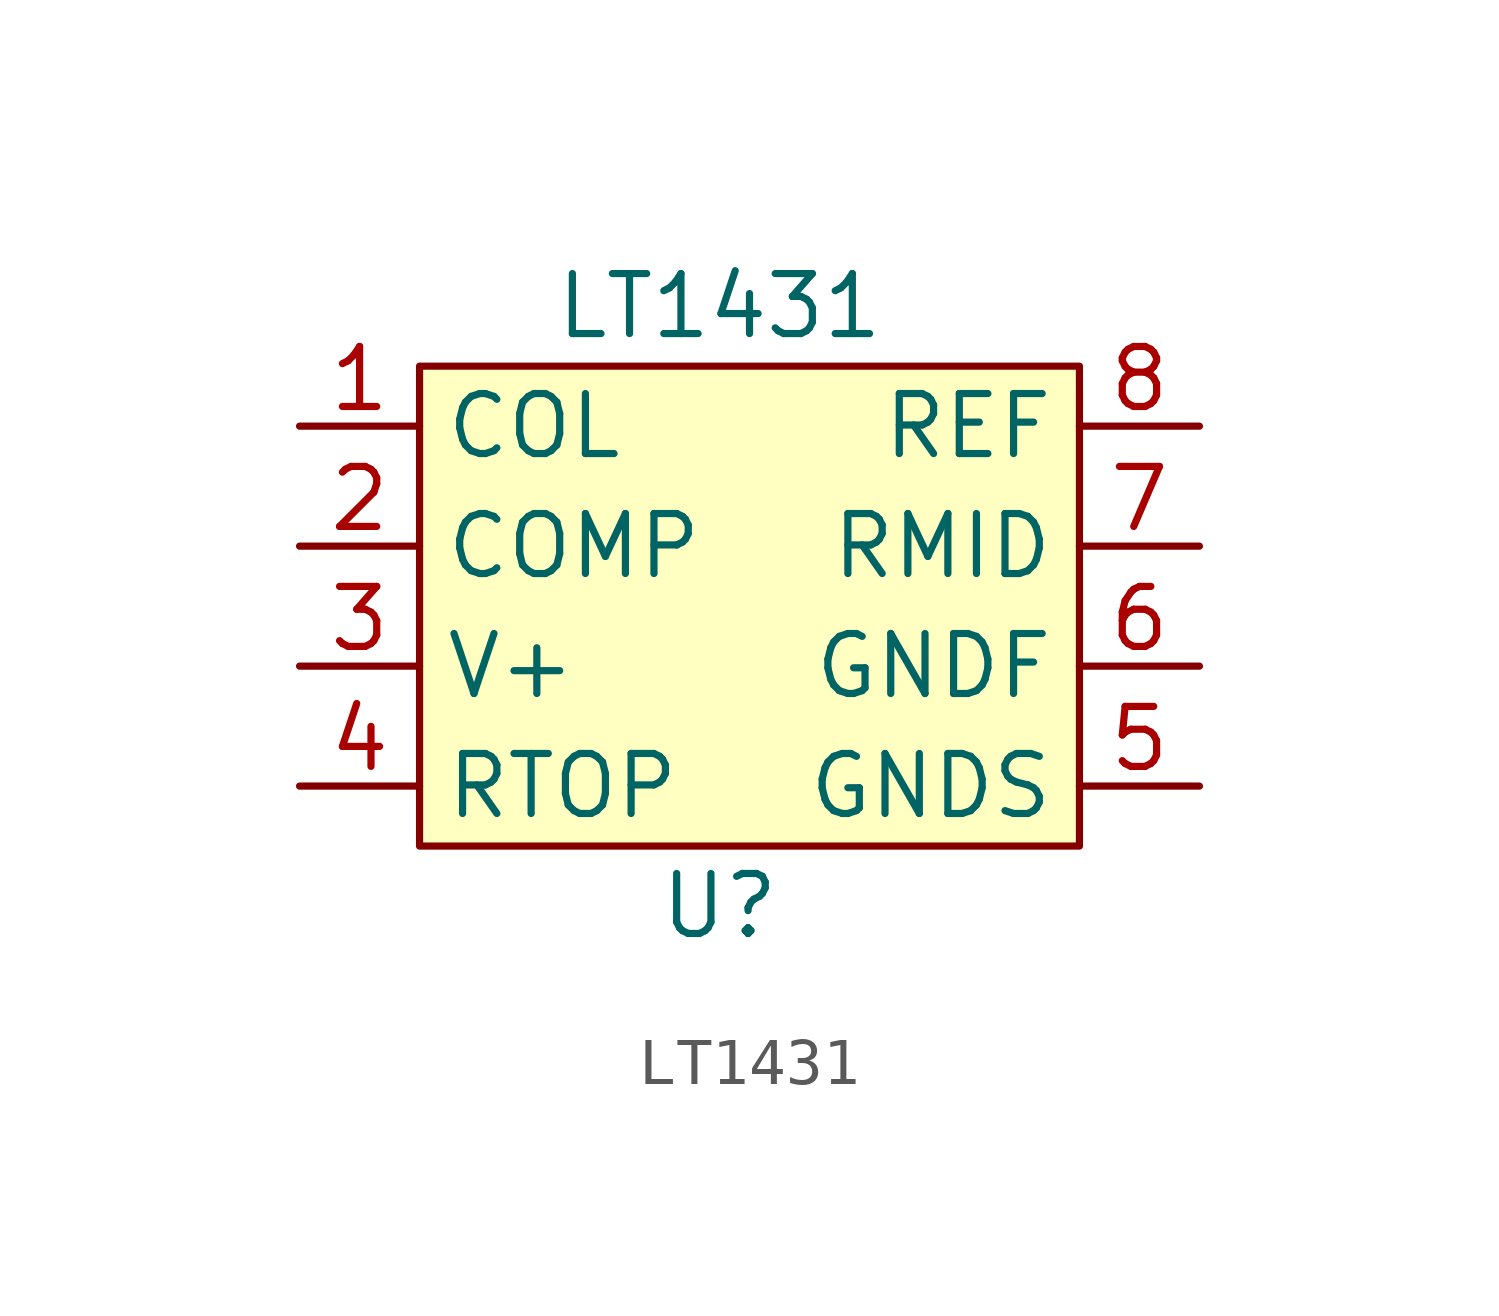
<source format=kicad_sym>
(kicad_symbol_lib
  (version 20211014)
  (generator kicad_symbol_editor)
  (symbol "LT1431"
    (property "Reference" "U"
      (at 0 0 0)
      (effects (font (size 1.27 1.27))))
    (property "Value" "LT1431"
      (at 0 12.7 0)
      (effects (font (size 1.27 1.27))))
    (symbol "LT1431_0_1"
      (rectangle (start -6.35 11.43) (end 7.62 1.27) (stroke (width 0) (type default) (color 0 0 0 0)) (fill (type background))))
    (symbol "LT1431_1_1"
      (pin output line (at -8.89 10.16 0) (length 2.54) (name "COL" (effects (font (size 1.27 1.27)))) (number "1" (effects (font (size 1.27 1.27)))))
      (pin input line (at -8.89 7.62 0) (length 2.54) (name "COMP" (effects (font (size 1.27 1.27)))) (number "2" (effects (font (size 1.27 1.27)))))
      (pin power_in line (at -8.89 5.08 0) (length 2.54) (name "V+" (effects (font (size 1.27 1.27)))) (number "3" (effects (font (size 1.27 1.27)))))
      (pin input line (at -8.89 2.54 0) (length 2.54) (name "RTOP" (effects (font (size 1.27 1.27)))) (number "4" (effects (font (size 1.27 1.27)))))
      (pin power_in line (at 10.16 2.54 180) (length 2.54) (name "GNDS" (effects (font (size 1.27 1.27)))) (number "5" (effects (font (size 1.27 1.27)))))
      (pin power_in line (at 10.16 5.08 180) (length 2.54) (name "GNDF" (effects (font (size 1.27 1.27)))) (number "6" (effects (font (size 1.27 1.27)))))
      (pin input line (at 10.16 7.62 180) (length 2.54) (name "RMID" (effects (font (size 1.27 1.27)))) (number "7" (effects (font (size 1.27 1.27)))))
      (pin output line (at 10.16 10.16 180) (length 2.54) (name "REF" (effects (font (size 1.27 1.27)))) (number "8" (effects (font (size 1.27 1.27))))))))
</source>
